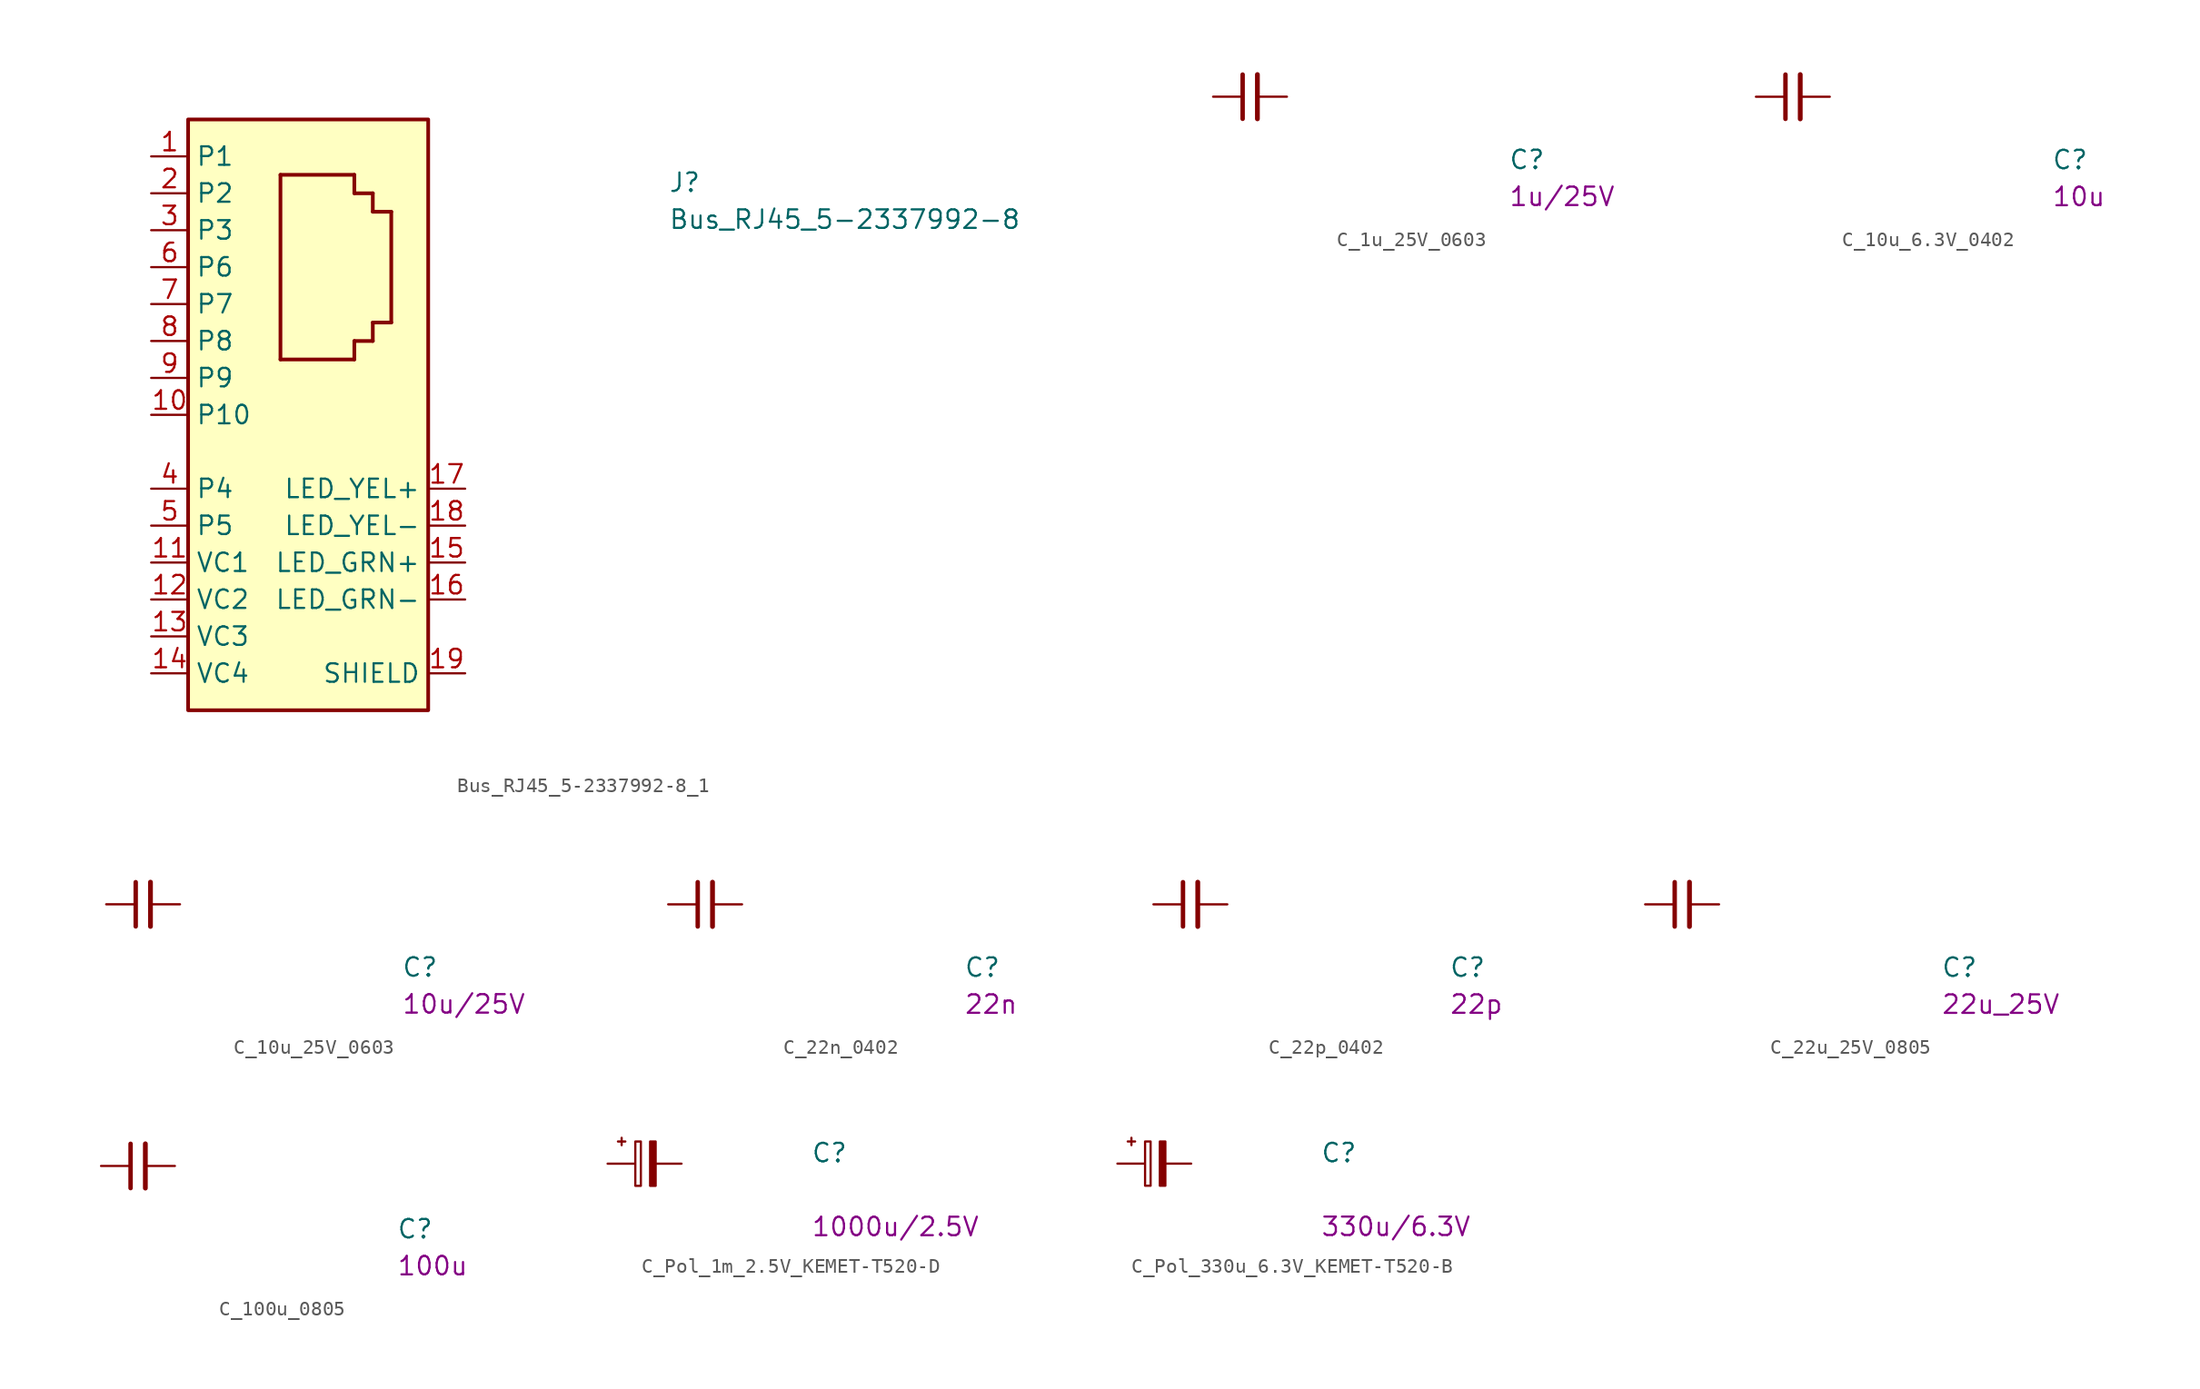
<source format=kicad_sym>
(kicad_symbol_lib
  (version 20220914)
  (generator kicad_symbol_editor)
  (symbol "Bus_RJ45_5-2337992-8_1"
    (property "Reference" "J"
      (at 35.56 -2.54 0)
      (effects (font (size 1.27 1.27) (thickness 0.15)) (justify left bottom)))
    (property "Value" "Bus_RJ45_5-2337992-8"
      (at 35.56 -5.08 0)
      (effects (font (size 1.27 1.27) (thickness 0.15)) (justify left bottom)))
    (symbol "Bus_RJ45_5-2337992-8_1_1_1"
      (polyline (pts (xy 8.89 -13.97) (xy 13.97 -13.97)) (stroke (width 0.254) (type default)) (fill (type background)))
      (polyline (pts (xy 8.89 -1.27) (xy 8.89 -13.97)) (stroke (width 0.254) (type default)) (fill (type background)))
      (polyline (pts (xy 8.89 -1.27) (xy 13.97 -1.27)) (stroke (width 0.254) (type default)) (fill (type background)))
      (polyline (pts (xy 13.97 -13.97) (xy 13.97 -12.7)) (stroke (width 0.254) (type default)) (fill (type background)))
      (polyline (pts (xy 13.97 -12.7) (xy 15.24 -12.7)) (stroke (width 0.254) (type default)) (fill (type background)))
      (polyline (pts (xy 13.97 -2.54) (xy 15.24 -2.54)) (stroke (width 0.254) (type default)) (fill (type background)))
      (polyline (pts (xy 13.97 -1.27) (xy 13.97 -2.54)) (stroke (width 0.254) (type default)) (fill (type background)))
      (polyline (pts (xy 15.24 -12.7) (xy 15.24 -11.43)) (stroke (width 0.254) (type default)) (fill (type background)))
      (polyline (pts (xy 15.24 -11.43) (xy 16.51 -11.43)) (stroke (width 0.254) (type default)) (fill (type background)))
      (polyline (pts (xy 15.24 -3.81) (xy 16.51 -3.81)) (stroke (width 0.254) (type default)) (fill (type background)))
      (polyline (pts (xy 15.24 -2.54) (xy 15.24 -3.81)) (stroke (width 0.254) (type default)) (fill (type background)))
      (polyline (pts (xy 16.51 -3.81) (xy 16.51 -11.43)) (stroke (width 0.254) (type default)) (fill (type background)))
      (rectangle (start 2.54 2.54) (end 19.05 -38.1) (stroke (width 0.254) (type default)) (fill (type background)))
      (pin bidirectional line (at 0 0 0) (length 2.54) (name "P1" (effects (font (size 1.27 1.27)))) (number "1" (effects (font (size 1.27 1.27)))))
      (pin bidirectional line (at 0 -17.78 0) (length 2.54) (name "P10" (effects (font (size 1.27 1.27)))) (number "10" (effects (font (size 1.27 1.27)))))
      (pin bidirectional line (at 0 -27.94 0) (length 2.54) (name "VC1" (effects (font (size 1.27 1.27)))) (number "11" (effects (font (size 1.27 1.27)))))
      (pin bidirectional line (at 0 -30.48 0) (length 2.54) (name "VC2" (effects (font (size 1.27 1.27)))) (number "12" (effects (font (size 1.27 1.27)))))
      (pin bidirectional line (at 0 -33.02 0) (length 2.54) (name "VC3" (effects (font (size 1.27 1.27)))) (number "13" (effects (font (size 1.27 1.27)))))
      (pin bidirectional line (at 0 -35.56 0) (length 2.54) (name "VC4" (effects (font (size 1.27 1.27)))) (number "14" (effects (font (size 1.27 1.27)))))
      (pin passive line (at 21.59 -27.94 180) (length 2.54) (name "LED_GRN+" (effects (font (size 1.27 1.27)))) (number "15" (effects (font (size 1.27 1.27)))))
      (pin passive line (at 21.59 -30.48 180) (length 2.54) (name "LED_GRN-" (effects (font (size 1.27 1.27)))) (number "16" (effects (font (size 1.27 1.27)))))
      (pin passive line (at 21.59 -22.86 180) (length 2.54) (name "LED_YEL+" (effects (font (size 1.27 1.27)))) (number "17" (effects (font (size 1.27 1.27)))))
      (pin passive line (at 21.59 -25.4 180) (length 2.54) (name "LED_YEL-" (effects (font (size 1.27 1.27)))) (number "18" (effects (font (size 1.27 1.27)))))
      (pin passive line (at 21.59 -35.56 180) (length 2.54) (name "SHIELD" (effects (font (size 1.27 1.27)))) (number "19" (effects (font (size 1.27 1.27)))))
      (pin bidirectional line (at 0 -2.54 0) (length 2.54) (name "P2" (effects (font (size 1.27 1.27)))) (number "2" (effects (font (size 1.27 1.27)))))
      (pin passive line (at 21.59 -35.56 180) (length 2.54) hide (name "SHIELD" (effects (font (size 1.27 1.27)))) (number "20" (effects (font (size 1.27 1.27)))))
      (pin bidirectional line (at 0 -5.08 0) (length 2.54) (name "P3" (effects (font (size 1.27 1.27)))) (number "3" (effects (font (size 1.27 1.27)))))
      (pin bidirectional line (at 0 -22.86 0) (length 2.54) (name "P4" (effects (font (size 1.27 1.27)))) (number "4" (effects (font (size 1.27 1.27)))))
      (pin bidirectional line (at 0 -25.4 0) (length 2.54) (name "P5" (effects (font (size 1.27 1.27)))) (number "5" (effects (font (size 1.27 1.27)))))
      (pin bidirectional line (at 0 -7.62 0) (length 2.54) (name "P6" (effects (font (size 1.27 1.27)))) (number "6" (effects (font (size 1.27 1.27)))))
      (pin bidirectional line (at 0 -10.16 0) (length 2.54) (name "P7" (effects (font (size 1.27 1.27)))) (number "7" (effects (font (size 1.27 1.27)))))
      (pin bidirectional line (at 0 -12.7 0) (length 2.54) (name "P8" (effects (font (size 1.27 1.27)))) (number "8" (effects (font (size 1.27 1.27)))))
      (pin bidirectional line (at 0 -15.24 0) (length 2.54) (name "P9" (effects (font (size 1.27 1.27)))) (number "9" (effects (font (size 1.27 1.27)))))))
  (symbol "C_1u_25V_0603"
    (pin_numbers hide)
    (pin_names hide)
    (property "Reference" "C"
      (at 20.32 -5.08 0)
      (effects (font (size 1.27 1.27) (thickness 0.15)) (justify left bottom)))
    (property "Val" "1u/25V"
      (at 20.32 -7.62 0)
      (effects (font (size 1.27 1.27) (thickness 0.15)) (justify left bottom)))
    (symbol "C_1u_25V_0603_0_1"
      (polyline (pts (xy 2.032 -1.524) (xy 2.032 1.524)) (stroke (width 0.305) (type default)) (fill (type none)))
      (polyline (pts (xy 3.048 -1.524) (xy 3.048 1.524)) (stroke (width 0.33) (type default)) (fill (type none))))
    (symbol "C_1u_25V_0603_1_1"
      (pin passive line (at 0 0 0) (length 2.032) (name "~" (effects (font (size 1.27 1.27)))) (number "1" (effects (font (size 1.27 1.27)))))
      (pin passive line (at 5.08 0 180) (length 2.032) (name "~" (effects (font (size 1.27 1.27)))) (number "2" (effects (font (size 1.27 1.27)))))))
  (symbol "C_10u_6.3V_0402"
    (pin_numbers hide)
    (pin_names hide)
    (property "Reference" "C"
      (at 20.32 -5.08 0)
      (effects (font (size 1.27 1.27) (thickness 0.15)) (justify left bottom)))
    (property "Val" "10u"
      (at 20.32 -7.62 0)
      (effects (font (size 1.27 1.27) (thickness 0.15)) (justify left bottom)))
    (symbol "C_10u_6.3V_0402_0_1"
      (polyline (pts (xy 2.032 -1.524) (xy 2.032 1.524)) (stroke (width 0.305) (type default)) (fill (type none)))
      (polyline (pts (xy 3.048 -1.524) (xy 3.048 1.524)) (stroke (width 0.33) (type default)) (fill (type none))))
    (symbol "C_10u_6.3V_0402_1_1"
      (pin passive line (at 0 0 0) (length 2.032) (name "~" (effects (font (size 1.27 1.27)))) (number "1" (effects (font (size 1.27 1.27)))))
      (pin passive line (at 5.08 0 180) (length 2.032) (name "~" (effects (font (size 1.27 1.27)))) (number "2" (effects (font (size 1.27 1.27)))))))
  (symbol "C_10u_25V_0603"
    (pin_numbers hide)
    (pin_names hide)
    (property "Reference" "C"
      (at 20.32 -5.08 0)
      (effects (font (size 1.27 1.27) (thickness 0.15)) (justify left bottom)))
    (property "Val" "10u/25V"
      (at 20.32 -7.62 0)
      (effects (font (size 1.27 1.27) (thickness 0.15)) (justify left bottom)))
    (symbol "C_10u_25V_0603_0_1"
      (polyline (pts (xy 2.032 -1.524) (xy 2.032 1.524)) (stroke (width 0.305) (type default)) (fill (type none)))
      (polyline (pts (xy 3.048 -1.524) (xy 3.048 1.524)) (stroke (width 0.33) (type default)) (fill (type none))))
    (symbol "C_10u_25V_0603_1_1"
      (pin passive line (at 0 0 0) (length 2.032) (name "~" (effects (font (size 1.27 1.27)))) (number "1" (effects (font (size 1.27 1.27)))))
      (pin passive line (at 5.08 0 180) (length 2.032) (name "~" (effects (font (size 1.27 1.27)))) (number "2" (effects (font (size 1.27 1.27)))))))
  (symbol "C_22n_0402"
    (pin_numbers hide)
    (pin_names hide)
    (property "Reference" "C"
      (at 20.32 -5.08 0)
      (effects (font (size 1.27 1.27) (thickness 0.15)) (justify left bottom)))
    (property "Val" "22n"
      (at 20.32 -7.62 0)
      (effects (font (size 1.27 1.27) (thickness 0.15)) (justify left bottom)))
    (symbol "C_22n_0402_0_1"
      (polyline (pts (xy 2.032 -1.524) (xy 2.032 1.524)) (stroke (width 0.305) (type default)) (fill (type none)))
      (polyline (pts (xy 3.048 -1.524) (xy 3.048 1.524)) (stroke (width 0.33) (type default)) (fill (type none))))
    (symbol "C_22n_0402_1_1"
      (pin passive line (at 0 0 0) (length 2.032) (name "~" (effects (font (size 1.27 1.27)))) (number "1" (effects (font (size 1.27 1.27)))))
      (pin passive line (at 5.08 0 180) (length 2.032) (name "~" (effects (font (size 1.27 1.27)))) (number "2" (effects (font (size 1.27 1.27)))))))
  (symbol "C_22p_0402"
    (pin_numbers hide)
    (pin_names hide)
    (property "Reference" "C"
      (at 20.32 -5.08 0)
      (effects (font (size 1.27 1.27) (thickness 0.15)) (justify left bottom)))
    (property "Val" "22p"
      (at 20.32 -7.62 0)
      (effects (font (size 1.27 1.27) (thickness 0.15)) (justify left bottom)))
    (symbol "C_22p_0402_0_1"
      (polyline (pts (xy 2.032 -1.524) (xy 2.032 1.524)) (stroke (width 0.305) (type default)) (fill (type none)))
      (polyline (pts (xy 3.048 -1.524) (xy 3.048 1.524)) (stroke (width 0.33) (type default)) (fill (type none))))
    (symbol "C_22p_0402_1_1"
      (pin passive line (at 0 0 0) (length 2.032) (name "~" (effects (font (size 1.27 1.27)))) (number "1" (effects (font (size 1.27 1.27)))))
      (pin passive line (at 5.08 0 180) (length 2.032) (name "~" (effects (font (size 1.27 1.27)))) (number "2" (effects (font (size 1.27 1.27)))))))
  (symbol "C_22u_25V_0805"
    (pin_numbers hide)
    (pin_names hide)
    (property "Reference" "C"
      (at 20.32 -5.08 0)
      (effects (font (size 1.27 1.27) (thickness 0.15)) (justify left bottom)))
    (property "Val" "22u_25V"
      (at 20.32 -7.62 0)
      (effects (font (size 1.27 1.27) (thickness 0.15)) (justify left bottom)))
    (symbol "C_22u_25V_0805_0_1"
      (polyline (pts (xy 2.032 -1.524) (xy 2.032 1.524)) (stroke (width 0.305) (type default)) (fill (type none)))
      (polyline (pts (xy 3.048 -1.524) (xy 3.048 1.524)) (stroke (width 0.33) (type default)) (fill (type none))))
    (symbol "C_22u_25V_0805_1_1"
      (pin passive line (at 0 0 0) (length 2.032) (name "~" (effects (font (size 1.27 1.27)))) (number "1" (effects (font (size 1.27 1.27)))))
      (pin passive line (at 5.08 0 180) (length 2.032) (name "~" (effects (font (size 1.27 1.27)))) (number "2" (effects (font (size 1.27 1.27)))))))
  (symbol "C_100u_0805"
    (pin_numbers hide)
    (pin_names hide)
    (property "Reference" "C"
      (at 20.32 -5.08 0)
      (effects (font (size 1.27 1.27) (thickness 0.15)) (justify left bottom)))
    (property "Val" "100u"
      (at 20.32 -7.62 0)
      (effects (font (size 1.27 1.27) (thickness 0.15)) (justify left bottom)))
    (symbol "C_100u_0805_0_1"
      (polyline (pts (xy 2.032 -1.524) (xy 2.032 1.524)) (stroke (width 0.305) (type default)) (fill (type none)))
      (polyline (pts (xy 3.048 -1.524) (xy 3.048 1.524)) (stroke (width 0.33) (type default)) (fill (type none))))
    (symbol "C_100u_0805_1_1"
      (pin passive line (at 0 0 0) (length 2.032) (name "~" (effects (font (size 1.27 1.27)))) (number "1" (effects (font (size 1.27 1.27)))))
      (pin passive line (at 5.08 0 180) (length 2.032) (name "~" (effects (font (size 1.27 1.27)))) (number "2" (effects (font (size 1.27 1.27)))))))
  (symbol "C_Pol_1m_2.5V_KEMET-T520-D"
    (pin_numbers hide)
    (pin_names hide)
    (property "Reference" "C"
      (at 13.97 0 0)
      (effects (font (size 1.27 1.27) (thickness 0.15)) (justify left bottom)))
    (property "Val" "1000u/2.5V"
      (at 13.97 -5.08 0)
      (effects (font (size 1.27 1.27) (thickness 0.15)) (justify left bottom)))
    (symbol "C_Pol_1m_2.5V_KEMET-T520-D_0_1"
      (polyline (pts (xy 0.965 1.27) (xy 0.965 1.778)) (stroke (width 0) (type default)) (fill (type none)))
      (polyline (pts (xy 1.219 1.524) (xy 0.711 1.524)) (stroke (width 0) (type default)) (fill (type none)))
      (rectangle (start 1.905 -1.524) (end 2.286 1.524) (stroke (width 0) (type default)) (fill (type none)))
      (rectangle (start 2.921 -1.524) (end 3.302 1.524) (stroke (width 0) (type default)) (fill (type outline))))
    (symbol "C_Pol_1m_2.5V_KEMET-T520-D_1_1"
      (pin passive line (at 0 0 0) (length 1.854) (name "~" (effects (font (size 1.27 1.27)))) (number "1" (effects (font (size 1.27 1.27)))))
      (pin passive line (at 5.08 0 180) (length 1.854) (name "~" (effects (font (size 1.27 1.27)))) (number "2" (effects (font (size 1.27 1.27)))))))
  (symbol "C_Pol_330u_6.3V_KEMET-T520-B"
    (pin_numbers hide)
    (pin_names hide)
    (property "Reference" "C"
      (at 13.97 0 0)
      (effects (font (size 1.27 1.27) (thickness 0.15)) (justify left bottom)))
    (property "Val" "330u/6.3V"
      (at 13.97 -5.08 0)
      (effects (font (size 1.27 1.27) (thickness 0.15)) (justify left bottom)))
    (symbol "C_Pol_330u_6.3V_KEMET-T520-B_0_1"
      (polyline (pts (xy 0.965 1.27) (xy 0.965 1.778)) (stroke (width 0) (type default)) (fill (type none)))
      (polyline (pts (xy 1.219 1.524) (xy 0.711 1.524)) (stroke (width 0) (type default)) (fill (type none)))
      (rectangle (start 1.905 -1.524) (end 2.286 1.524) (stroke (width 0) (type default)) (fill (type none)))
      (rectangle (start 2.921 -1.524) (end 3.302 1.524) (stroke (width 0) (type default)) (fill (type outline))))
    (symbol "C_Pol_330u_6.3V_KEMET-T520-B_1_1"
      (pin passive line (at 0 0 0) (length 1.854) (name "~" (effects (font (size 1.27 1.27)))) (number "1" (effects (font (size 1.27 1.27)))))
      (pin passive line (at 5.08 0 180) (length 1.854) (name "~" (effects (font (size 1.27 1.27)))) (number "2" (effects (font (size 1.27 1.27))))))))
</source>
